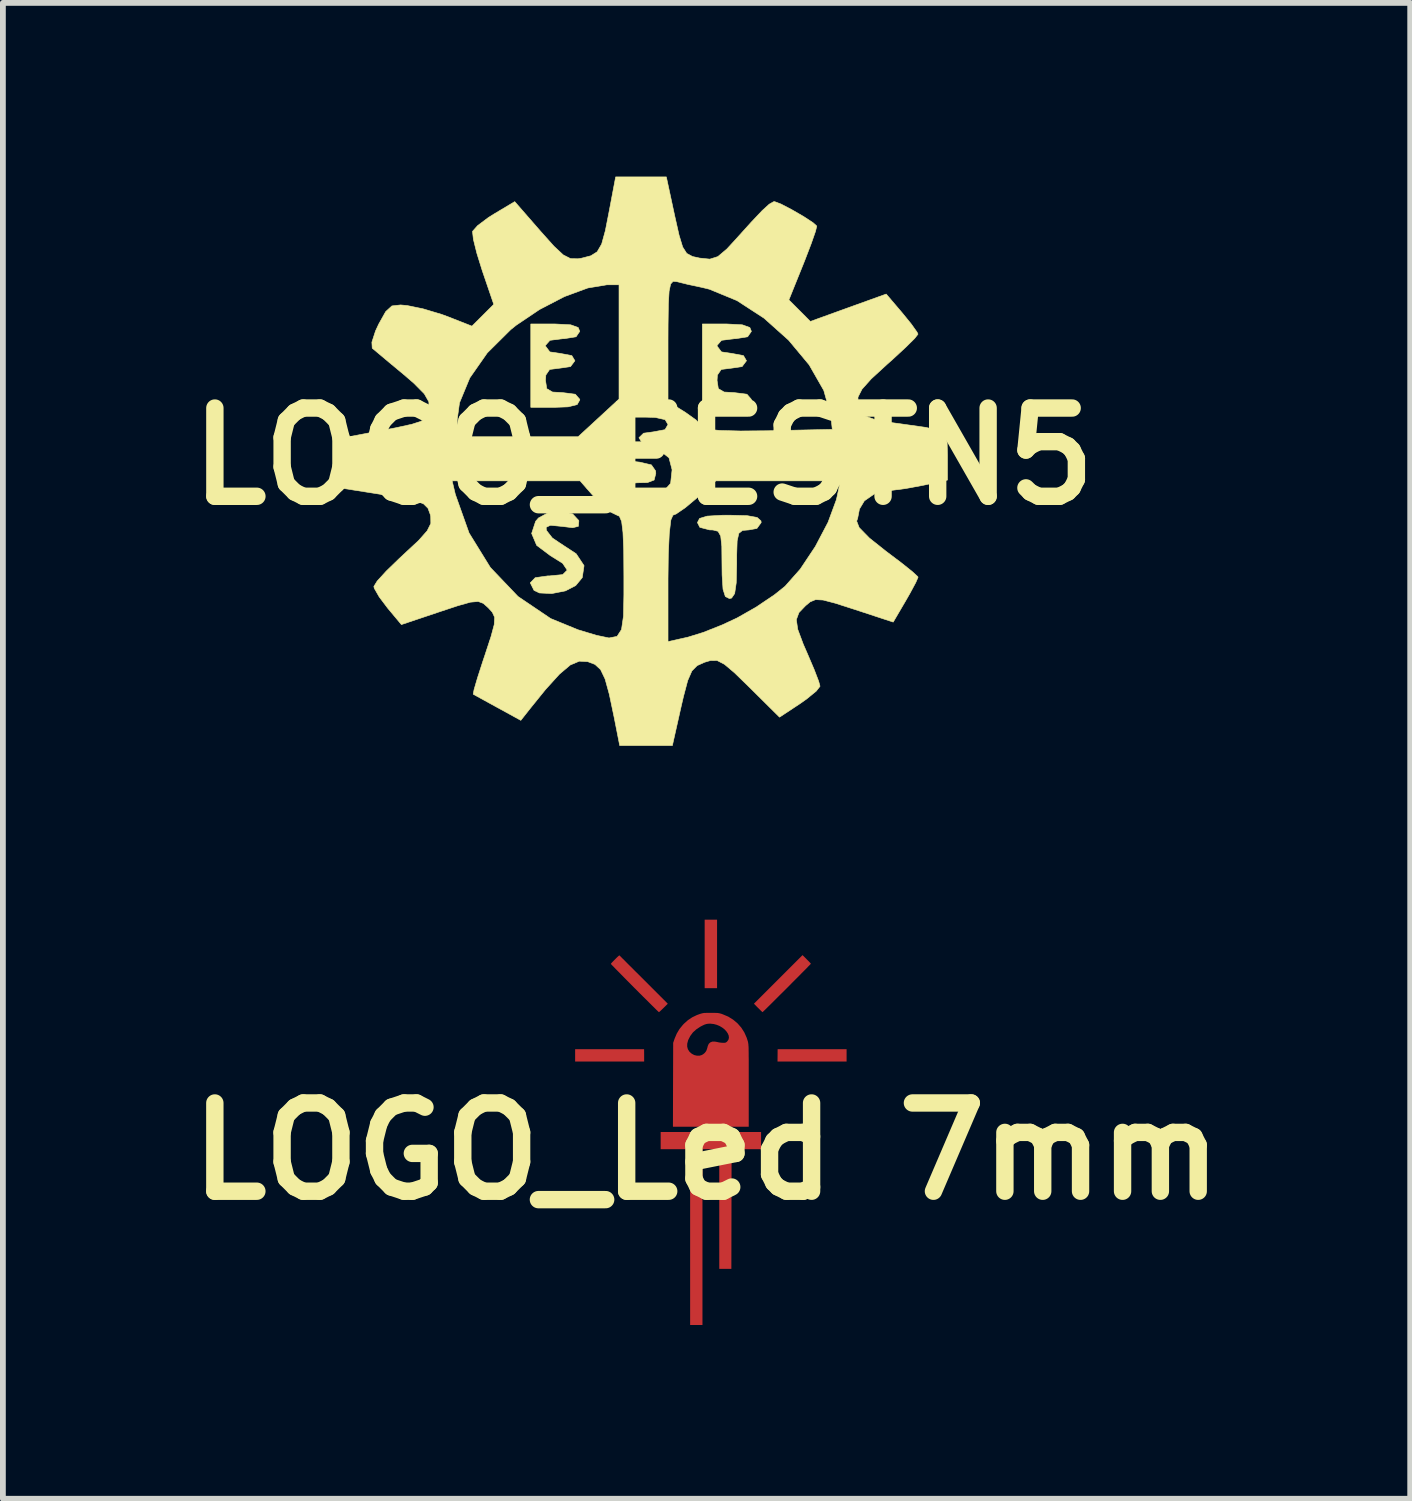
<source format=kicad_pcb>
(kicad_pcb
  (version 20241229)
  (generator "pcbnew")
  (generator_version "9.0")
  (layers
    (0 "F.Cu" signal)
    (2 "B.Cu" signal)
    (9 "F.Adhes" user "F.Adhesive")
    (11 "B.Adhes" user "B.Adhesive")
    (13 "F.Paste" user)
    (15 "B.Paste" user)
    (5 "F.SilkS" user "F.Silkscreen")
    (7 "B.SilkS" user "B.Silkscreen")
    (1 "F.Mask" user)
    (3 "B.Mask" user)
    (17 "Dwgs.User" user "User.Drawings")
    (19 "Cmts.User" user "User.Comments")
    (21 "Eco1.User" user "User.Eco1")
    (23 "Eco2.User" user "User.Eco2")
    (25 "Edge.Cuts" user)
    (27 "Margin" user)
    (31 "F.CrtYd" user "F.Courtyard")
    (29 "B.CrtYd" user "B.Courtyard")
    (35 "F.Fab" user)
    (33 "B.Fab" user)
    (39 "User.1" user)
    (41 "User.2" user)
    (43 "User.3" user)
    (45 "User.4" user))
  (footprint "LOGO_Led 7mm"
    (layer "F.Cu")
    (at 9.226 16.332)
    (property "Reference" "LOGO_Led 7mm" (at -0.075 0.5 0) (layer "F.SilkS") (effects (font (size 1.524 1.524) (thickness 0.3))))
    (attr board_only exclude_from_pos_files exclude_from_bom)
    (fp_poly (pts (xy 0.107 -2.317) (xy -0.107 -2.317) (xy -0.107 -3.5) (xy 0.107 -3.5)) (stroke (width 0) (type solid)) (fill yes) (layer "F.Cu"))
    (fp_poly (pts (xy 2.344 -1.05) (xy 1.151 -1.05) (xy 1.153 -1.263) (xy 1.748 -1.263) (xy 2.344 -1.263)) (stroke (width 0) (type solid)) (fill yes) (layer "F.Cu"))
    (fp_poly (pts (xy -1.153 -1.263) (xy -1.152 -1.157) (xy -1.152 -1.05) (xy -2.344 -1.05) (xy -2.344 -1.263) (xy -1.748 -1.263)) (stroke (width 0) (type solid)) (fill yes) (layer "F.Cu"))
    (fp_poly (pts (xy 0.867 0.464) (xy 0.358 0.464) (xy 0.356 1.497) (xy 0.354 2.53) (xy 0.145 2.53) (xy 0.145 0.464) (xy -0.145 0.464) (xy -0.145 3.5) (xy -0.358 3.5) (xy -0.358 0.464) (xy -0.867 0.464) (xy -0.867 0.167) (xy 0.867 0.167)) (stroke (width 0) (type solid)) (fill yes) (layer "F.Cu"))
    (fp_poly (pts (xy 1.655 -2.816) (xy 1.682 -2.789) (xy 1.704 -2.766) (xy 1.72 -2.749) (xy 1.727 -2.74) (xy 1.727 -2.739) (xy 1.722 -2.733) (xy 1.707 -2.717) (xy 1.683 -2.693) (xy 1.652 -2.66) (xy 1.613 -2.621) (xy 1.569 -2.577) (xy 1.52 -2.527) (xy 1.467 -2.474) (xy 1.412 -2.419) (xy 1.355 -2.361) (xy 1.297 -2.303) (xy 1.239 -2.245) (xy 1.182 -2.189) (xy 1.128 -2.135) (xy 1.077 -2.084) (xy 1.03 -2.037) (xy 0.988 -1.996) (xy 0.953 -1.961) (xy 0.924 -1.933) (xy 0.904 -1.914) (xy 0.894 -1.904) (xy 0.892 -1.903) (xy 0.885 -1.909) (xy 0.869 -1.923) (xy 0.848 -1.944) (xy 0.822 -1.97) (xy 0.815 -1.976) (xy 0.744 -2.049) (xy 1.163 -2.468) (xy 1.583 -2.888)) (stroke (width 0) (type solid)) (fill yes) (layer "F.Cu"))
    (fp_poly (pts (xy -1.573 -2.877) (xy -1.556 -2.861) (xy -1.531 -2.835) (xy -1.498 -2.803) (xy -1.459 -2.763) (xy -1.414 -2.718) (xy -1.364 -2.669) (xy -1.311 -2.615) (xy -1.255 -2.56) (xy -1.198 -2.503) (xy -1.14 -2.445) (xy -1.083 -2.388) (xy -1.027 -2.332) (xy -0.974 -2.279) (xy -0.925 -2.23) (xy -0.88 -2.185) (xy -0.841 -2.146) (xy -0.809 -2.114) (xy -0.785 -2.09) (xy -0.769 -2.074) (xy -0.764 -2.069) (xy -0.744 -2.048) (xy -0.818 -1.975) (xy -0.845 -1.949) (xy -0.869 -1.926) (xy -0.886 -1.911) (xy -0.896 -1.903) (xy -0.897 -1.903) (xy -0.903 -1.908) (xy -0.919 -1.923) (xy -0.944 -1.947) (xy -0.977 -1.98) (xy -1.018 -2.02) (xy -1.065 -2.067) (xy -1.118 -2.12) (xy -1.176 -2.177) (xy -1.238 -2.239) (xy -1.303 -2.305) (xy -1.315 -2.316) (xy -1.38 -2.382) (xy -1.443 -2.445) (xy -1.501 -2.504) (xy -1.554 -2.558) (xy -1.602 -2.607) (xy -1.644 -2.649) (xy -1.677 -2.684) (xy -1.703 -2.71) (xy -1.72 -2.728) (xy -1.727 -2.736) (xy -1.727 -2.737) (xy -1.722 -2.744) (xy -1.709 -2.76) (xy -1.689 -2.78) (xy -1.666 -2.804) (xy -1.642 -2.828) (xy -1.619 -2.851) (xy -1.599 -2.869) (xy -1.585 -2.881) (xy -1.58 -2.884)) (stroke (width 0) (type solid)) (fill yes) (layer "F.Cu"))
    (fp_poly (pts (xy 0.048 -1.891) (xy 0.085 -1.89) (xy 0.113 -1.889) (xy 0.135 -1.886) (xy 0.155 -1.882) (xy 0.177 -1.876) (xy 0.203 -1.867) (xy 0.205 -1.866) (xy 0.3 -1.826) (xy 0.385 -1.773) (xy 0.46 -1.71) (xy 0.525 -1.636) (xy 0.578 -1.553) (xy 0.619 -1.461) (xy 0.64 -1.394) (xy 0.642 -1.384) (xy 0.644 -1.373) (xy 0.646 -1.36) (xy 0.648 -1.345) (xy 0.649 -1.327) (xy 0.651 -1.303) (xy 0.652 -1.275) (xy 0.652 -1.24) (xy 0.653 -1.197) (xy 0.653 -1.146) (xy 0.654 -1.085) (xy 0.654 -1.014) (xy 0.654 -0.931) (xy 0.654 -0.836) (xy 0.654 -0.727) (xy 0.654 -0.63) (xy 0.654 0.076) (xy -0.655 0.076) (xy -0.653 -0.649) (xy -0.651 -1.309) (xy -0.409 -1.309) (xy -0.397 -1.263) (xy -0.371 -1.222) (xy -0.368 -1.218) (xy -0.33 -1.185) (xy -0.287 -1.162) (xy -0.239 -1.151) (xy -0.192 -1.152) (xy -0.156 -1.163) (xy -0.131 -1.178) (xy -0.107 -1.198) (xy -0.102 -1.204) (xy -0.089 -1.22) (xy -0.079 -1.236) (xy -0.071 -1.256) (xy -0.062 -1.284) (xy -0.053 -1.319) (xy -0.037 -1.355) (xy -0.011 -1.38) (xy 0.024 -1.394) (xy 0.067 -1.395) (xy 0.106 -1.388) (xy 0.142 -1.38) (xy 0.183 -1.375) (xy 0.207 -1.374) (xy 0.236 -1.374) (xy 0.254 -1.377) (xy 0.267 -1.384) (xy 0.281 -1.396) (xy 0.282 -1.397) (xy 0.304 -1.428) (xy 0.312 -1.462) (xy 0.308 -1.498) (xy 0.293 -1.534) (xy 0.269 -1.57) (xy 0.237 -1.605) (xy 0.197 -1.636) (xy 0.152 -1.663) (xy 0.102 -1.684) (xy 0.049 -1.698) (xy -0.006 -1.704) (xy -0.015 -1.704) (xy -0.049 -1.703) (xy -0.081 -1.697) (xy -0.114 -1.686) (xy -0.153 -1.667) (xy -0.18 -1.653) (xy -0.25 -1.607) (xy -0.31 -1.553) (xy -0.356 -1.491) (xy -0.39 -1.424) (xy -0.393 -1.416) (xy -0.408 -1.359) (xy -0.409 -1.309) (xy -0.651 -1.309) (xy -0.651 -1.373) (xy -0.626 -1.446) (xy -0.589 -1.533) (xy -0.542 -1.612) (xy -0.483 -1.684) (xy -0.464 -1.704) (xy -0.396 -1.765) (xy -0.322 -1.814) (xy -0.241 -1.853) (xy -0.205 -1.866) (xy -0.179 -1.875) (xy -0.157 -1.881) (xy -0.137 -1.886) (xy -0.115 -1.889) (xy -0.087 -1.89) (xy -0.052 -1.891) (xy -0.005 -1.891) (xy 0 -1.891)) (stroke (width 0) (type solid)) (fill yes) (layer "F.Cu")))
  (footprint "LOGO_EESTN5"
    (layer "F.Cu")
    (at 8.063 4.831)
    (property "Reference" "LOGO_EESTN5" (at 0 0 0) (layer "F.SilkS") (effects (font (size 1.524 1.524) (thickness 0.3))))
    (attr through_hole)
    (fp_poly (pts (xy -1.258 -2.272) (xy -1.128 -2.225) (xy -1.101 -2.159) (xy -1.165 -2.065) (xy -1.37 -2.032) (xy -1.397 -2.032) (xy -1.616 -2.004) (xy -1.693 -1.917) (xy -1.693 -1.905) (xy -1.618 -1.804) (xy -1.439 -1.778) (xy -1.238 -1.74) (xy -1.185 -1.651) (xy -1.261 -1.55) (xy -1.439 -1.524) (xy -1.621 -1.501) (xy -1.687 -1.404) (xy -1.693 -1.312) (xy -1.671 -1.169) (xy -1.572 -1.111) (xy -1.397 -1.101) (xy -1.178 -1.073) (xy -1.101 -0.985) (xy -1.101 -0.974) (xy -1.146 -0.894) (xy -1.303 -0.855) (xy -1.524 -0.847) (xy -1.947 -0.847) (xy -1.947 -2.286) (xy -1.524 -2.286) (xy -1.258 -2.272)) (stroke (width 0.01) (type solid)) (fill yes) (layer "F.SilkS"))
    (fp_poly (pts (xy 1.706 -2.272) (xy 1.836 -2.225) (xy 1.863 -2.159) (xy 1.798 -2.065) (xy 1.593 -2.032) (xy 1.566 -2.032) (xy 1.347 -2.004) (xy 1.271 -1.917) (xy 1.27 -1.905) (xy 1.346 -1.804) (xy 1.524 -1.778) (xy 1.726 -1.74) (xy 1.778 -1.651) (xy 1.702 -1.55) (xy 1.524 -1.524) (xy 1.342 -1.501) (xy 1.276 -1.404) (xy 1.27 -1.312) (xy 1.292 -1.169) (xy 1.392 -1.111) (xy 1.566 -1.101) (xy 1.786 -1.073) (xy 1.862 -0.985) (xy 1.863 -0.974) (xy 1.817 -0.894) (xy 1.66 -0.855) (xy 1.439 -0.847) (xy 1.016 -0.847) (xy 1.016 -2.286) (xy 1.439 -2.286) (xy 1.706 -2.272)) (stroke (width 0.01) (type solid)) (fill yes) (layer "F.SilkS"))
    (fp_poly (pts (xy 1.79 1.024) (xy 1.962 1.055) (xy 2.028 1.114) (xy 2.032 1.143) (xy 1.958 1.245) (xy 1.82 1.27) (xy 1.71 1.279) (xy 1.646 1.329) (xy 1.617 1.459) (xy 1.609 1.705) (xy 1.609 1.863) (xy 1.601 2.185) (xy 1.574 2.369) (xy 1.521 2.447) (xy 1.482 2.455) (xy 1.413 2.42) (xy 1.373 2.295) (xy 1.357 2.048) (xy 1.355 1.863) (xy 1.352 1.553) (xy 1.333 1.376) (xy 1.287 1.294) (xy 1.199 1.271) (xy 1.143 1.27) (xy 0.973 1.226) (xy 0.931 1.143) (xy 0.968 1.072) (xy 1.099 1.032) (xy 1.357 1.017) (xy 1.482 1.016) (xy 1.79 1.024)) (stroke (width 0.01) (type solid)) (fill yes) (layer "F.SilkS"))
    (fp_poly (pts (xy -1.224 0.994) (xy -1.119 1.107) (xy -1.117 1.117) (xy -1.125 1.208) (xy -1.223 1.232) (xy -1.403 1.21) (xy -1.608 1.19) (xy -1.682 1.225) (xy -1.677 1.278) (xy -1.575 1.409) (xy -1.463 1.485) (xy -1.163 1.682) (xy -1.027 1.887) (xy -1.058 2.094) (xy -1.171 2.231) (xy -1.349 2.323) (xy -1.584 2.369) (xy -1.797 2.359) (xy -1.891 2.314) (xy -1.956 2.184) (xy -1.87 2.095) (xy -1.651 2.064) (xy -1.63 2.065) (xy -1.396 2.042) (xy -1.318 1.965) (xy -1.396 1.847) (xy -1.609 1.714) (xy -1.845 1.537) (xy -1.932 1.331) (xy -1.863 1.121) (xy -1.814 1.064) (xy -1.637 0.968) (xy -1.418 0.946) (xy -1.224 0.994)) (stroke (width 0.01) (type solid)) (fill yes) (layer "F.SilkS"))
    (fp_poly (pts (xy 0.539 -4.152) (xy 0.614 -3.819) (xy 0.676 -3.615) (xy 0.746 -3.505) (xy 0.847 -3.451) (xy 0.97 -3.424) (xy 1.145 -3.406) (xy 1.284 -3.45) (xy 1.439 -3.581) (xy 1.58 -3.734) (xy 1.859 -4.043) (xy 2.049 -4.244) (xy 2.171 -4.355) (xy 2.245 -4.397) (xy 2.265 -4.399) (xy 2.375 -4.357) (xy 2.561 -4.26) (xy 2.765 -4.142) (xy 2.928 -4.035) (xy 2.992 -3.977) (xy 2.969 -3.883) (xy 2.896 -3.674) (xy 2.787 -3.39) (xy 2.758 -3.317) (xy 2.51 -2.702) (xy 2.696 -2.516) (xy 2.881 -2.33) (xy 3.536 -2.567) (xy 4.191 -2.803) (xy 4.465 -2.481) (xy 4.623 -2.287) (xy 4.722 -2.148) (xy 4.74 -2.111) (xy 4.682 -2.036) (xy 4.524 -1.88) (xy 4.298 -1.671) (xy 4.202 -1.586) (xy 3.931 -1.337) (xy 3.773 -1.16) (xy 3.704 -1.024) (xy 3.702 -0.9) (xy 3.742 -0.78) (xy 3.827 -0.697) (xy 3.992 -0.637) (xy 4.27 -0.585) (xy 4.53 -0.549) (xy 4.877 -0.5) (xy 5.089 -0.449) (xy 5.2 -0.37) (xy 5.243 -0.237) (xy 5.249 -0.026) (xy 5.249 -0.001) (xy 5.249 0.409) (xy 4.822 0.501) (xy 4.531 0.555) (xy 4.279 0.588) (xy 4.193 0.593) (xy 3.992 0.645) (xy 3.814 0.768) (xy 3.727 0.913) (xy 3.725 0.93) (xy 3.698 1.069) (xy 3.681 1.118) (xy 3.724 1.23) (xy 3.901 1.411) (xy 4.189 1.64) (xy 4.445 1.833) (xy 4.638 1.987) (xy 4.736 2.077) (xy 4.741 2.087) (xy 4.702 2.178) (xy 4.602 2.364) (xy 4.527 2.495) (xy 4.312 2.862) (xy 3.642 2.642) (xy 3.312 2.536) (xy 3.102 2.481) (xy 2.971 2.474) (xy 2.879 2.512) (xy 2.798 2.579) (xy 2.684 2.698) (xy 2.639 2.82) (xy 2.663 2.987) (xy 2.758 3.242) (xy 2.836 3.421) (xy 2.948 3.684) (xy 3.025 3.885) (xy 3.048 3.97) (xy 2.983 4.054) (xy 2.818 4.189) (xy 2.699 4.273) (xy 2.349 4.504) (xy 1.827 3.986) (xy 1.571 3.737) (xy 1.398 3.591) (xy 1.272 3.526) (xy 1.159 3.525) (xy 1.053 3.556) (xy 0.925 3.614) (xy 0.835 3.706) (xy 0.763 3.871) (xy 0.69 4.147) (xy 0.65 4.319) (xy 0.498 4.995) (xy -0.411 4.995) (xy -0.507 4.508) (xy -0.591 4.108) (xy -0.664 3.844) (xy -0.741 3.683) (xy -0.838 3.593) (xy -0.964 3.545) (xy -1.109 3.537) (xy -1.265 3.603) (xy -1.452 3.761) (xy -1.693 4.027) (xy -1.951 4.346) (xy -2.119 4.559) (xy -2.52 4.339) (xy -2.746 4.215) (xy -2.9 4.13) (xy -2.941 4.107) (xy -2.926 4.027) (xy -2.867 3.825) (xy -2.775 3.54) (xy -2.74 3.436) (xy -2.633 3.11) (xy -2.578 2.905) (xy -2.571 2.779) (xy -2.611 2.692) (xy -2.68 2.616) (xy -2.766 2.539) (xy -2.855 2.506) (xy -2.989 2.518) (xy -3.206 2.579) (xy -3.511 2.68) (xy -4.181 2.905) (xy -4.419 2.62) (xy -4.565 2.426) (xy -4.649 2.279) (xy -4.657 2.247) (xy -4.599 2.153) (xy -4.442 1.981) (xy -4.217 1.763) (xy -4.142 1.693) (xy -3.884 1.453) (xy -3.736 1.286) (xy -3.673 1.159) (xy -3.675 1.038) (xy -3.682 1.005) (xy -3.722 0.896) (xy -3.799 0.82) (xy -3.947 0.763) (xy -4.203 0.71) (xy -4.473 0.666) (xy -5.207 0.55) (xy -5.214 0.423) (xy -3.305 0.423) (xy -3.25 0.656) (xy -3.013 1.323) (xy -2.645 1.919) (xy -2.167 2.42) (xy -1.603 2.801) (xy -1.133 2.994) (xy -0.815 3.09) (xy -0.596 3.136) (xy -0.457 3.109) (xy -0.38 2.99) (xy -0.346 2.758) (xy -0.339 2.39) (xy -0.339 2.108) (xy 0.423 2.108) (xy 0.423 3.199) (xy 0.768 3.122) (xy 1.032 3.04) (xy 1.362 2.909) (xy 1.617 2.79) (xy 1.944 2.604) (xy 2.263 2.389) (xy 2.445 2.243) (xy 2.707 1.947) (xy 2.967 1.557) (xy 3.187 1.138) (xy 3.328 0.756) (xy 3.342 0.699) (xy 3.4 0.423) (xy 1.248 0.423) (xy 0.92 0.72) (xy 0.719 0.888) (xy 0.562 0.995) (xy 0.508 1.016) (xy 0.472 1.098) (xy 0.445 1.33) (xy 0.428 1.695) (xy 0.423 2.108) (xy -0.339 2.108) (xy -0.339 2.074) (xy -0.342 1.62) (xy -0.355 1.311) (xy -0.378 1.124) (xy -0.417 1.034) (xy -0.457 1.016) (xy -0.58 0.957) (xy -0.754 0.806) (xy -0.835 0.72) (xy -0.98 0.555) (xy -0.423 0.555) (xy -0.353 0.684) (xy -0.177 0.747) (xy 0.052 0.739) (xy 0.282 0.654) (xy 0.325 0.627) (xy 0.468 0.466) (xy 0.493 0.235) (xy 0.492 0.225) (xy 0.44 0.025) (xy 0.301 -0.085) (xy 0.191 -0.123) (xy -0.015 -0.219) (xy -0.079 -0.322) (xy 0.001 -0.4) (xy 0.169 -0.423) (xy 0.371 -0.461) (xy 0.423 -0.55) (xy 0.373 -0.634) (xy 0.204 -0.672) (xy 0.042 -0.677) (xy -0.339 -0.677) (xy -0.339 -0.302) (xy -0.331 -0.069) (xy -0.283 0.045) (xy -0.163 0.089) (xy -0.064 0.1) (xy 0.136 0.147) (xy 0.209 0.252) (xy 0.212 0.296) (xy 0.183 0.409) (xy 0.067 0.453) (xy -0.106 0.456) (xy -0.339 0.476) (xy -0.423 0.551) (xy -0.423 0.555) (xy -0.98 0.555) (xy -1.095 0.423) (xy -3.305 0.423) (xy -5.214 0.423) (xy -5.232 0.122) (xy -5.257 -0.306) (xy -4.682 -0.416) (xy -4.276 -0.494) (xy -4.007 -0.553) (xy -3.845 -0.604) (xy -3.794 -0.638) (xy -3.217 -0.638) (xy -3.217 -0.339) (xy -1.129 -0.339) (xy -0.776 -0.664) (xy -0.423 -0.99) (xy -0.423 -2.002) (xy 0.423 -2.002) (xy 0.423 -0.945) (xy 0.72 -0.762) (xy 0.905 -0.63) (xy 1.008 -0.521) (xy 1.016 -0.499) (xy 1.097 -0.468) (xy 1.324 -0.447) (xy 1.675 -0.438) (xy 2.128 -0.442) (xy 2.138 -0.442) (xy 3.26 -0.466) (xy 3.233 -0.712) (xy 3.113 -1.139) (xy 2.86 -1.581) (xy 2.505 -2.007) (xy 2.08 -2.387) (xy 1.614 -2.69) (xy 1.139 -2.886) (xy 1.013 -2.917) (xy 0.769 -2.969) (xy 0.578 -3.016) (xy 0.572 -3.018) (xy 0.51 -3.022) (xy 0.468 -2.976) (xy 0.442 -2.853) (xy 0.429 -2.629) (xy 0.424 -2.276) (xy 0.423 -2.002) (xy -0.423 -2.002) (xy -0.423 -2.963) (xy -0.632 -2.963) (xy -0.962 -2.908) (xy -1.366 -2.759) (xy -1.794 -2.537) (xy -2.197 -2.266) (xy -2.292 -2.19) (xy -2.698 -1.787) (xy -3 -1.355) (xy -3.178 -0.925) (xy -3.217 -0.638) (xy -3.794 -0.638) (xy -3.76 -0.66) (xy -3.721 -0.733) (xy -3.703 -0.811) (xy -3.707 -0.942) (xy -3.786 -1.081) (xy -3.966 -1.263) (xy -4.139 -1.412) (xy -4.382 -1.614) (xy -4.575 -1.776) (xy -4.681 -1.865) (xy -4.685 -1.868) (xy -4.691 -1.971) (xy -4.628 -2.166) (xy -4.573 -2.284) (xy -4.452 -2.5) (xy -4.345 -2.598) (xy -4.195 -2.615) (xy -4.079 -2.604) (xy -3.807 -2.548) (xy -3.487 -2.452) (xy -3.365 -2.407) (xy -2.963 -2.249) (xy -2.586 -2.625) (xy -2.785 -3.208) (xy -2.878 -3.507) (xy -2.938 -3.748) (xy -2.953 -3.883) (xy -2.951 -3.888) (xy -2.865 -3.985) (xy -2.681 -4.123) (xy -2.571 -4.192) (xy -2.224 -4.399) (xy -1.776 -3.885) (xy -1.546 -3.628) (xy -1.386 -3.479) (xy -1.26 -3.415) (xy -1.132 -3.412) (xy -1.071 -3.422) (xy -0.909 -3.464) (xy -0.8 -3.533) (xy -0.723 -3.666) (xy -0.659 -3.898) (xy -0.592 -4.239) (xy -0.481 -4.826) (xy 0.394 -4.826) (xy 0.539 -4.152)) (stroke (width 0.01) (type solid)) (fill yes) (layer "F.SilkS")))
  (gr_rect
    (start -3 -3)
    (end 21.303 22.832)
    (stroke (width 0.1) (type default))
    (fill no)
    (layer "Edge.Cuts")))
</source>
